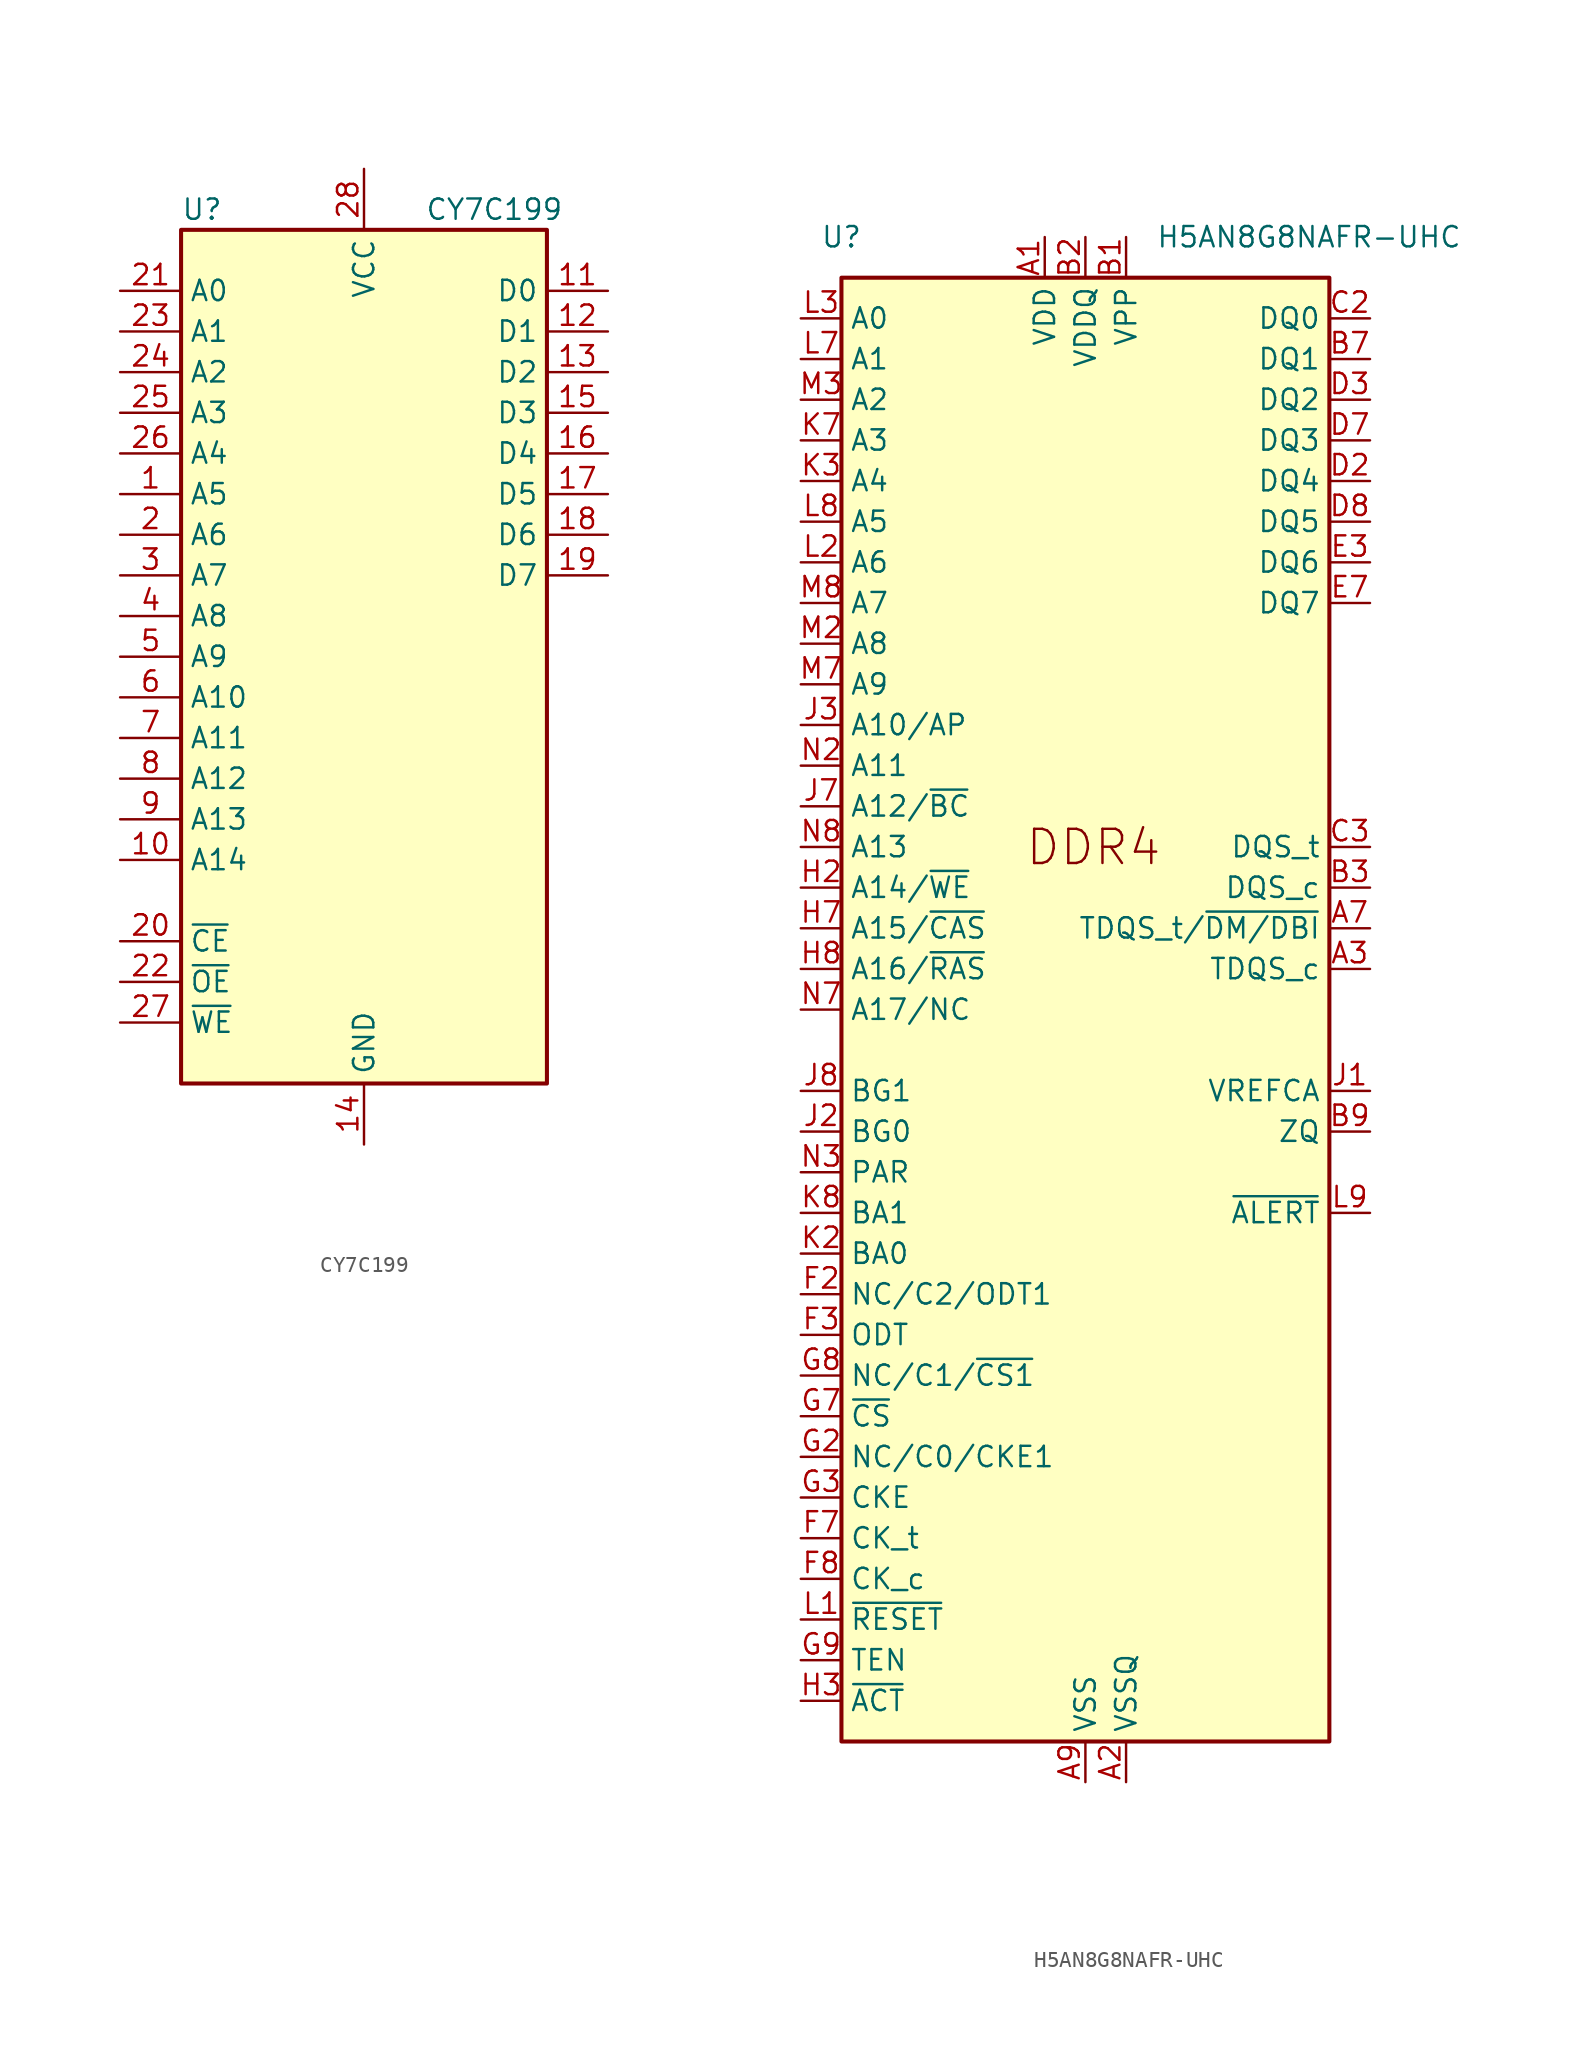
<source format=kicad_sym>
(kicad_symbol_lib
  (version 20200908)
  (generator kicad_symbol_editor)
  (symbol "Memory_RAM:CY7C199"
    (property "Reference" "U"
      (at -11.43 27.94 0)
      (effects (font (size 1.27 1.27)) (justify left)))
    (property "Value" "CY7C199"
      (at 3.81 27.94 0)
      (effects (font (size 1.27 1.27)) (justify left)))
    (symbol "CY7C199_0_1"
      (rectangle (start -11.43 26.67) (end 11.43 -26.67) (stroke (width 0.254)) (fill (type background))))
    (symbol "CY7C199_0_0"
      (pin power_in line (at 0 -30.48 90) (length 3.81) (name "GND" (effects (font (size 1.27 1.27)))) (number "14" (effects (font (size 1.27 1.27)))))
      (pin power_in line (at 0 30.48 270) (length 3.81) (name "VCC" (effects (font (size 1.27 1.27)))) (number "28" (effects (font (size 1.27 1.27))))))
    (symbol "CY7C199_1_1"
      (pin input line (at -15.24 10.16 0) (length 3.81) (name "A5" (effects (font (size 1.27 1.27)))) (number "1" (effects (font (size 1.27 1.27)))))
      (pin input line (at -15.24 -12.7 0) (length 3.81) (name "A14" (effects (font (size 1.27 1.27)))) (number "10" (effects (font (size 1.27 1.27)))))
      (pin tri_state line (at 15.24 22.86 180) (length 3.81) (name "D0" (effects (font (size 1.27 1.27)))) (number "11" (effects (font (size 1.27 1.27)))))
      (pin tri_state line (at 15.24 20.32 180) (length 3.81) (name "D1" (effects (font (size 1.27 1.27)))) (number "12" (effects (font (size 1.27 1.27)))))
      (pin tri_state line (at 15.24 17.78 180) (length 3.81) (name "D2" (effects (font (size 1.27 1.27)))) (number "13" (effects (font (size 1.27 1.27)))))
      (pin tri_state line (at 15.24 15.24 180) (length 3.81) (name "D3" (effects (font (size 1.27 1.27)))) (number "15" (effects (font (size 1.27 1.27)))))
      (pin tri_state line (at 15.24 12.7 180) (length 3.81) (name "D4" (effects (font (size 1.27 1.27)))) (number "16" (effects (font (size 1.27 1.27)))))
      (pin tri_state line (at 15.24 10.16 180) (length 3.81) (name "D5" (effects (font (size 1.27 1.27)))) (number "17" (effects (font (size 1.27 1.27)))))
      (pin tri_state line (at 15.24 7.62 180) (length 3.81) (name "D6" (effects (font (size 1.27 1.27)))) (number "18" (effects (font (size 1.27 1.27)))))
      (pin tri_state line (at 15.24 5.08 180) (length 3.81) (name "D7" (effects (font (size 1.27 1.27)))) (number "19" (effects (font (size 1.27 1.27)))))
      (pin input line (at -15.24 7.62 0) (length 3.81) (name "A6" (effects (font (size 1.27 1.27)))) (number "2" (effects (font (size 1.27 1.27)))))
      (pin input line (at -15.24 -17.78 0) (length 3.81) (name "~CE~" (effects (font (size 1.27 1.27)))) (number "20" (effects (font (size 1.27 1.27)))))
      (pin input line (at -15.24 22.86 0) (length 3.81) (name "A0" (effects (font (size 1.27 1.27)))) (number "21" (effects (font (size 1.27 1.27)))))
      (pin input line (at -15.24 -20.32 0) (length 3.81) (name "~OE~" (effects (font (size 1.27 1.27)))) (number "22" (effects (font (size 1.27 1.27)))))
      (pin input line (at -15.24 20.32 0) (length 3.81) (name "A1" (effects (font (size 1.27 1.27)))) (number "23" (effects (font (size 1.27 1.27)))))
      (pin input line (at -15.24 17.78 0) (length 3.81) (name "A2" (effects (font (size 1.27 1.27)))) (number "24" (effects (font (size 1.27 1.27)))))
      (pin input line (at -15.24 15.24 0) (length 3.81) (name "A3" (effects (font (size 1.27 1.27)))) (number "25" (effects (font (size 1.27 1.27)))))
      (pin input line (at -15.24 12.7 0) (length 3.81) (name "A4" (effects (font (size 1.27 1.27)))) (number "26" (effects (font (size 1.27 1.27)))))
      (pin input line (at -15.24 -22.86 0) (length 3.81) (name "~WE~" (effects (font (size 1.27 1.27)))) (number "27" (effects (font (size 1.27 1.27)))))
      (pin input line (at -15.24 5.08 0) (length 3.81) (name "A7" (effects (font (size 1.27 1.27)))) (number "3" (effects (font (size 1.27 1.27)))))
      (pin input line (at -15.24 2.54 0) (length 3.81) (name "A8" (effects (font (size 1.27 1.27)))) (number "4" (effects (font (size 1.27 1.27)))))
      (pin input line (at -15.24 0 0) (length 3.81) (name "A9" (effects (font (size 1.27 1.27)))) (number "5" (effects (font (size 1.27 1.27)))))
      (pin input line (at -15.24 -2.54 0) (length 3.81) (name "A10" (effects (font (size 1.27 1.27)))) (number "6" (effects (font (size 1.27 1.27)))))
      (pin input line (at -15.24 -5.08 0) (length 3.81) (name "A11" (effects (font (size 1.27 1.27)))) (number "7" (effects (font (size 1.27 1.27)))))
      (pin input line (at -15.24 -7.62 0) (length 3.81) (name "A12" (effects (font (size 1.27 1.27)))) (number "8" (effects (font (size 1.27 1.27)))))
      (pin input line (at -15.24 -10.16 0) (length 3.81) (name "A13" (effects (font (size 1.27 1.27)))) (number "9" (effects (font (size 1.27 1.27)))))))
  (symbol "Memory_RAM:H5AN8G8NAFR-UHC"
    (property "Reference" "U"
      (at -15.24 48.26 0)
      (effects (font (size 1.27 1.27))))
    (property "Value" "H5AN8G8NAFR-UHC"
      (at 13.97 48.26 0)
      (effects (font (size 1.27 1.27))))
    (symbol "H5AN8G8NAFR-UHC_1_1"
      (text "DDR4" (at -3.81 8.89 0) (effects (font (size 2.134 2.134)) (justify left bottom))))
    (symbol "H5AN8G8NAFR-UHC_0_1"
      (rectangle (start -15.24 -45.72) (end 15.24 45.72) (stroke (width 0.254)) (fill (type background)))
      (pin power_in line (at -2.54 48.26 270) (length 2.54) (name "VDD" (effects (font (size 1.27 1.27)))) (number "A1" (effects (font (size 1.27 1.27)))))
      (pin power_in line (at 2.54 -48.26 90) (length 2.54) (name "VSSQ" (effects (font (size 1.27 1.27)))) (number "A2" (effects (font (size 1.27 1.27)))))
      (pin output line (at 17.78 2.54 180) (length 2.54) (name "TDQS_c" (effects (font (size 1.27 1.27)))) (number "A3" (effects (font (size 1.27 1.27)))))
      (pin bidirectional line (at 17.78 5.08 180) (length 2.54) (name "TDQS_t/~DM/DBI" (effects (font (size 1.27 1.27)))) (number "A7" (effects (font (size 1.27 1.27)))))
      (pin passive line (at 2.54 -48.26 90) (length 2.54) hide (name "VSSQ" (effects (font (size 1.27 1.27)))) (number "A8" (effects (font (size 1.27 1.27)))))
      (pin power_in line (at 0 -48.26 90) (length 2.54) (name "VSS" (effects (font (size 1.27 1.27)))) (number "A9" (effects (font (size 1.27 1.27)))))
      (pin power_in line (at 2.54 48.26 270) (length 2.54) (name "VPP" (effects (font (size 1.27 1.27)))) (number "B1" (effects (font (size 1.27 1.27)))))
      (pin power_in line (at 0 48.26 270) (length 2.54) (name "VDDQ" (effects (font (size 1.27 1.27)))) (number "B2" (effects (font (size 1.27 1.27)))))
      (pin bidirectional line (at 17.78 7.62 180) (length 2.54) (name "DQS_c" (effects (font (size 1.27 1.27)))) (number "B3" (effects (font (size 1.27 1.27)))))
      (pin bidirectional line (at 17.78 40.64 180) (length 2.54) (name "DQ1" (effects (font (size 1.27 1.27)))) (number "B7" (effects (font (size 1.27 1.27)))))
      (pin passive line (at 0 48.26 270) (length 2.54) hide (name "VDDQ" (effects (font (size 1.27 1.27)))) (number "B8" (effects (font (size 1.27 1.27)))))
      (pin passive line (at 17.78 -7.62 180) (length 2.54) (name "ZQ" (effects (font (size 1.27 1.27)))) (number "B9" (effects (font (size 1.27 1.27)))))
      (pin passive line (at 0 48.26 270) (length 2.54) hide (name "VDDQ" (effects (font (size 1.27 1.27)))) (number "C1" (effects (font (size 1.27 1.27)))))
      (pin bidirectional line (at 17.78 43.18 180) (length 2.54) (name "DQ0" (effects (font (size 1.27 1.27)))) (number "C2" (effects (font (size 1.27 1.27)))))
      (pin bidirectional line (at 17.78 10.16 180) (length 2.54) (name "DQS_t" (effects (font (size 1.27 1.27)))) (number "C3" (effects (font (size 1.27 1.27)))))
      (pin passive line (at -2.54 48.26 270) (length 2.54) hide (name "VDD" (effects (font (size 1.27 1.27)))) (number "C7" (effects (font (size 1.27 1.27)))))
      (pin passive line (at 0 -48.26 90) (length 2.54) hide (name "VSS" (effects (font (size 1.27 1.27)))) (number "C8" (effects (font (size 1.27 1.27)))))
      (pin passive line (at 0 48.26 270) (length 2.54) hide (name "VDDQ" (effects (font (size 1.27 1.27)))) (number "C9" (effects (font (size 1.27 1.27)))))
      (pin passive line (at 2.54 -48.26 90) (length 2.54) hide (name "VSSQ" (effects (font (size 1.27 1.27)))) (number "D1" (effects (font (size 1.27 1.27)))))
      (pin bidirectional line (at 17.78 33.02 180) (length 2.54) (name "DQ4" (effects (font (size 1.27 1.27)))) (number "D2" (effects (font (size 1.27 1.27)))))
      (pin bidirectional line (at 17.78 38.1 180) (length 2.54) (name "DQ2" (effects (font (size 1.27 1.27)))) (number "D3" (effects (font (size 1.27 1.27)))))
      (pin bidirectional line (at 17.78 35.56 180) (length 2.54) (name "DQ3" (effects (font (size 1.27 1.27)))) (number "D7" (effects (font (size 1.27 1.27)))))
      (pin bidirectional line (at 17.78 30.48 180) (length 2.54) (name "DQ5" (effects (font (size 1.27 1.27)))) (number "D8" (effects (font (size 1.27 1.27)))))
      (pin passive line (at 2.54 -48.26 90) (length 2.54) hide (name "VSSQ" (effects (font (size 1.27 1.27)))) (number "D9" (effects (font (size 1.27 1.27)))))
      (pin passive line (at 0 -48.26 90) (length 2.54) hide (name "VSS" (effects (font (size 1.27 1.27)))) (number "E1" (effects (font (size 1.27 1.27)))))
      (pin passive line (at 0 48.26 270) (length 2.54) hide (name "VDDQ" (effects (font (size 1.27 1.27)))) (number "E2" (effects (font (size 1.27 1.27)))))
      (pin bidirectional line (at 17.78 27.94 180) (length 2.54) (name "DQ6" (effects (font (size 1.27 1.27)))) (number "E3" (effects (font (size 1.27 1.27)))))
      (pin bidirectional line (at 17.78 25.4 180) (length 2.54) (name "DQ7" (effects (font (size 1.27 1.27)))) (number "E7" (effects (font (size 1.27 1.27)))))
      (pin passive line (at 0 48.26 270) (length 2.54) hide (name "VDDQ" (effects (font (size 1.27 1.27)))) (number "E8" (effects (font (size 1.27 1.27)))))
      (pin passive line (at 0 -48.26 90) (length 2.54) hide (name "VSS" (effects (font (size 1.27 1.27)))) (number "E9" (effects (font (size 1.27 1.27)))))
      (pin passive line (at -2.54 48.26 270) (length 2.54) hide (name "VDD" (effects (font (size 1.27 1.27)))) (number "F1" (effects (font (size 1.27 1.27)))))
      (pin passive line (at -17.78 -17.78 0) (length 2.54) (name "NC/C2/ODT1" (effects (font (size 1.27 1.27)))) (number "F2" (effects (font (size 1.27 1.27)))))
      (pin input line (at -17.78 -20.32 0) (length 2.54) (name "ODT" (effects (font (size 1.27 1.27)))) (number "F3" (effects (font (size 1.27 1.27)))))
      (pin input line (at -17.78 -33.02 0) (length 2.54) (name "CK_t" (effects (font (size 1.27 1.27)))) (number "F7" (effects (font (size 1.27 1.27)))))
      (pin input line (at -17.78 -35.56 0) (length 2.54) (name "CK_c" (effects (font (size 1.27 1.27)))) (number "F8" (effects (font (size 1.27 1.27)))))
      (pin passive line (at -2.54 48.26 270) (length 2.54) hide (name "VDD" (effects (font (size 1.27 1.27)))) (number "F9" (effects (font (size 1.27 1.27)))))
      (pin passive line (at 0 -48.26 90) (length 2.54) hide (name "VSS" (effects (font (size 1.27 1.27)))) (number "G1" (effects (font (size 1.27 1.27)))))
      (pin passive line (at -17.78 -27.94 0) (length 2.54) (name "NC/C0/CKE1" (effects (font (size 1.27 1.27)))) (number "G2" (effects (font (size 1.27 1.27)))))
      (pin input line (at -17.78 -30.48 0) (length 2.54) (name "CKE" (effects (font (size 1.27 1.27)))) (number "G3" (effects (font (size 1.27 1.27)))))
      (pin input line (at -17.78 -25.4 0) (length 2.54) (name "~CS" (effects (font (size 1.27 1.27)))) (number "G7" (effects (font (size 1.27 1.27)))))
      (pin passive line (at -17.78 -22.86 0) (length 2.54) (name "NC/C1/~CS1" (effects (font (size 1.27 1.27)))) (number "G8" (effects (font (size 1.27 1.27)))))
      (pin input line (at -17.78 -40.64 0) (length 2.54) (name "TEN" (effects (font (size 1.27 1.27)))) (number "G9" (effects (font (size 1.27 1.27)))))
      (pin passive line (at -2.54 48.26 270) (length 2.54) hide (name "VDD" (effects (font (size 1.27 1.27)))) (number "H1" (effects (font (size 1.27 1.27)))))
      (pin input line (at -17.78 7.62 0) (length 2.54) (name "A14/~WE" (effects (font (size 1.27 1.27)))) (number "H2" (effects (font (size 1.27 1.27)))))
      (pin input line (at -17.78 -43.18 0) (length 2.54) (name "~ACT" (effects (font (size 1.27 1.27)))) (number "H3" (effects (font (size 1.27 1.27)))))
      (pin input line (at -17.78 5.08 0) (length 2.54) (name "A15/~CAS" (effects (font (size 1.27 1.27)))) (number "H7" (effects (font (size 1.27 1.27)))))
      (pin input line (at -17.78 2.54 0) (length 2.54) (name "A16/~RAS" (effects (font (size 1.27 1.27)))) (number "H8" (effects (font (size 1.27 1.27)))))
      (pin passive line (at 0 -48.26 90) (length 2.54) hide (name "VSS" (effects (font (size 1.27 1.27)))) (number "H9" (effects (font (size 1.27 1.27)))))
      (pin passive line (at 17.78 -5.08 180) (length 2.54) (name "VREFCA" (effects (font (size 1.27 1.27)))) (number "J1" (effects (font (size 1.27 1.27)))))
      (pin input line (at -17.78 -7.62 0) (length 2.54) (name "BG0" (effects (font (size 1.27 1.27)))) (number "J2" (effects (font (size 1.27 1.27)))))
      (pin input line (at -17.78 17.78 0) (length 2.54) (name "A10/AP" (effects (font (size 1.27 1.27)))) (number "J3" (effects (font (size 1.27 1.27)))))
      (pin input line (at -17.78 12.7 0) (length 2.54) (name "A12/~BC" (effects (font (size 1.27 1.27)))) (number "J7" (effects (font (size 1.27 1.27)))))
      (pin input line (at -17.78 -5.08 0) (length 2.54) (name "BG1" (effects (font (size 1.27 1.27)))) (number "J8" (effects (font (size 1.27 1.27)))))
      (pin passive line (at -2.54 48.26 270) (length 2.54) hide (name "VDD" (effects (font (size 1.27 1.27)))) (number "J9" (effects (font (size 1.27 1.27)))))
      (pin passive line (at 0 -48.26 90) (length 2.54) hide (name "VSS" (effects (font (size 1.27 1.27)))) (number "K1" (effects (font (size 1.27 1.27)))))
      (pin input line (at -17.78 -15.24 0) (length 2.54) (name "BA0" (effects (font (size 1.27 1.27)))) (number "K2" (effects (font (size 1.27 1.27)))))
      (pin input line (at -17.78 33.02 0) (length 2.54) (name "A4" (effects (font (size 1.27 1.27)))) (number "K3" (effects (font (size 1.27 1.27)))))
      (pin input line (at -17.78 35.56 0) (length 2.54) (name "A3" (effects (font (size 1.27 1.27)))) (number "K7" (effects (font (size 1.27 1.27)))))
      (pin input line (at -17.78 -12.7 0) (length 2.54) (name "BA1" (effects (font (size 1.27 1.27)))) (number "K8" (effects (font (size 1.27 1.27)))))
      (pin passive line (at 0 -48.26 90) (length 2.54) hide (name "VSS" (effects (font (size 1.27 1.27)))) (number "K9" (effects (font (size 1.27 1.27)))))
      (pin input line (at -17.78 -38.1 0) (length 2.54) (name "~RESET" (effects (font (size 1.27 1.27)))) (number "L1" (effects (font (size 1.27 1.27)))))
      (pin input line (at -17.78 27.94 0) (length 2.54) (name "A6" (effects (font (size 1.27 1.27)))) (number "L2" (effects (font (size 1.27 1.27)))))
      (pin input line (at -17.78 43.18 0) (length 2.54) (name "A0" (effects (font (size 1.27 1.27)))) (number "L3" (effects (font (size 1.27 1.27)))))
      (pin input line (at -17.78 40.64 0) (length 2.54) (name "A1" (effects (font (size 1.27 1.27)))) (number "L7" (effects (font (size 1.27 1.27)))))
      (pin input line (at -17.78 30.48 0) (length 2.54) (name "A5" (effects (font (size 1.27 1.27)))) (number "L8" (effects (font (size 1.27 1.27)))))
      (pin open_collector line (at 17.78 -12.7 180) (length 2.54) (name "~ALERT" (effects (font (size 1.27 1.27)))) (number "L9" (effects (font (size 1.27 1.27)))))
      (pin passive line (at -2.54 48.26 270) (length 2.54) hide (name "VDD" (effects (font (size 1.27 1.27)))) (number "M1" (effects (font (size 1.27 1.27)))))
      (pin input line (at -17.78 22.86 0) (length 2.54) (name "A8" (effects (font (size 1.27 1.27)))) (number "M2" (effects (font (size 1.27 1.27)))))
      (pin input line (at -17.78 38.1 0) (length 2.54) (name "A2" (effects (font (size 1.27 1.27)))) (number "M3" (effects (font (size 1.27 1.27)))))
      (pin input line (at -17.78 20.32 0) (length 2.54) (name "A9" (effects (font (size 1.27 1.27)))) (number "M7" (effects (font (size 1.27 1.27)))))
      (pin input line (at -17.78 25.4 0) (length 2.54) (name "A7" (effects (font (size 1.27 1.27)))) (number "M8" (effects (font (size 1.27 1.27)))))
      (pin passive line (at 2.54 48.26 270) (length 2.54) hide (name "VPP" (effects (font (size 1.27 1.27)))) (number "M9" (effects (font (size 1.27 1.27)))))
      (pin passive line (at 0 -48.26 90) (length 2.54) hide (name "VSS" (effects (font (size 1.27 1.27)))) (number "N1" (effects (font (size 1.27 1.27)))))
      (pin input line (at -17.78 15.24 0) (length 2.54) (name "A11" (effects (font (size 1.27 1.27)))) (number "N2" (effects (font (size 1.27 1.27)))))
      (pin input line (at -17.78 -10.16 0) (length 2.54) (name "PAR" (effects (font (size 1.27 1.27)))) (number "N3" (effects (font (size 1.27 1.27)))))
      (pin passive line (at -17.78 0 0) (length 2.54) (name "A17/NC" (effects (font (size 1.27 1.27)))) (number "N7" (effects (font (size 1.27 1.27)))))
      (pin input line (at -17.78 10.16 0) (length 2.54) (name "A13" (effects (font (size 1.27 1.27)))) (number "N8" (effects (font (size 1.27 1.27)))))
      (pin passive line (at -2.54 48.26 270) (length 2.54) hide (name "VDD" (effects (font (size 1.27 1.27)))) (number "N9" (effects (font (size 1.27 1.27))))))))
</source>
